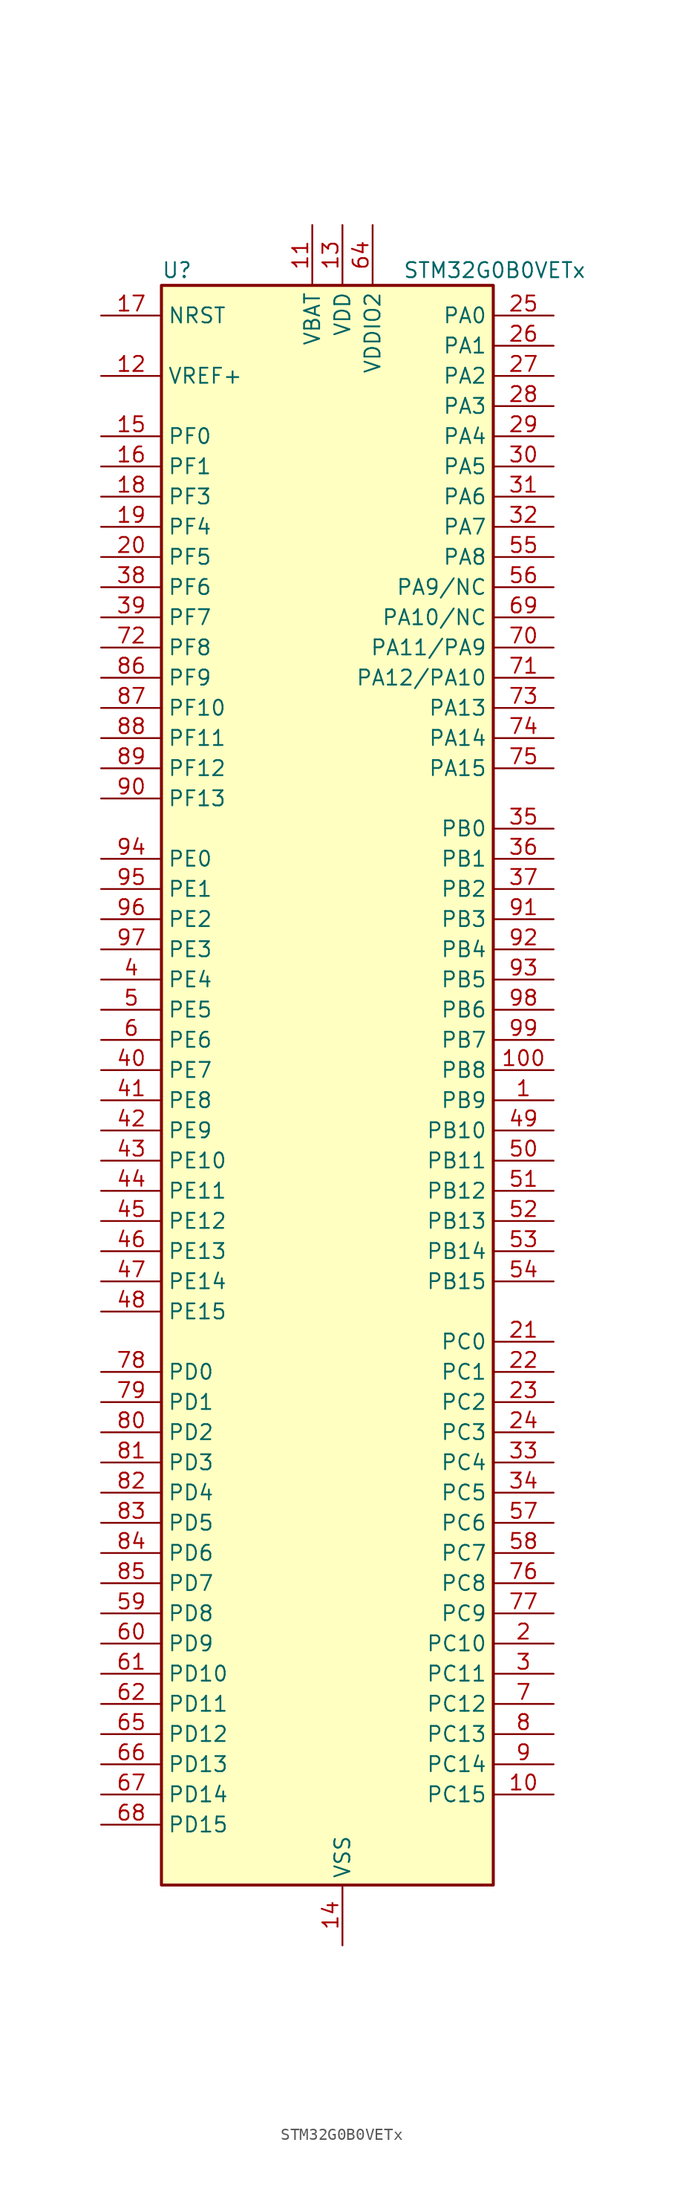
<source format=kicad_sym>
(kicad_symbol_lib
  (version 20231120)
  (generator "kicad_symbol_editor")
  (generator_version "8.0")
  (symbol "STM32G0B0VETx"
    (property "Reference" "U"
      (at -12.7 69.85 0)
      (effects (font (size 1.27 1.27)) (justify left)))
    (property "Value" "STM32G0B0VETx"
      (at 7.62 69.85 0)
      (effects (font (size 1.27 1.27)) (justify left)))
    (property "ki_locked" ""
      (at 0 0 0)
      (effects (font (size 1.27 1.27))))
    (symbol "STM32G0B0VETx_0_1"
      (rectangle (start -12.7 -66.04) (end 15.24 68.58) (stroke (width 0.254) (type default)) (fill (type background))))
    (symbol "STM32G0B0VETx_1_1"
      (pin bidirectional line (at 20.32 0 180) (length 5.08) (name "PB9" (effects (font (size 1.27 1.27)))) (number "1" (effects (font (size 1.27 1.27)))) (alternate "I2C1_SDA" bidirectional line) (alternate "I2S2_WS" bidirectional line) (alternate "IR_OUT" bidirectional line) (alternate "SPI2_NSS" bidirectional line) (alternate "TIM17_CH1" bidirectional line) (alternate "TIM4_CH4" bidirectional line) (alternate "USART3_RX" bidirectional line) (alternate "USART6_RX" bidirectional line))
      (pin bidirectional line (at 20.32 -58.42 180) (length 5.08) (name "PC15" (effects (font (size 1.27 1.27)))) (number "10" (effects (font (size 1.27 1.27)))) (alternate "RCC_OSC32_EN" bidirectional line) (alternate "RCC_OSC32_OUT" bidirectional line) (alternate "RCC_OSC_EN" bidirectional line) (alternate "TIM15_BK" bidirectional line))
      (pin bidirectional line (at 20.32 2.54 180) (length 5.08) (name "PB8" (effects (font (size 1.27 1.27)))) (number "100" (effects (font (size 1.27 1.27)))) (alternate "I2C1_SCL" bidirectional line) (alternate "I2S2_CK" bidirectional line) (alternate "SPI2_SCK" bidirectional line) (alternate "TIM15_BK" bidirectional line) (alternate "TIM16_CH1" bidirectional line) (alternate "TIM4_CH3" bidirectional line) (alternate "USART3_TX" bidirectional line) (alternate "USART6_TX" bidirectional line))
      (pin power_in line (at 0 73.66 270) (length 5.08) (name "VBAT" (effects (font (size 1.27 1.27)))) (number "11" (effects (font (size 1.27 1.27)))))
      (pin input line (at -17.78 60.96 0) (length 5.08) (name "VREF+" (effects (font (size 1.27 1.27)))) (number "12" (effects (font (size 1.27 1.27)))))
      (pin power_in line (at 2.54 73.66 270) (length 5.08) (name "VDD" (effects (font (size 1.27 1.27)))) (number "13" (effects (font (size 1.27 1.27)))))
      (pin power_in line (at 2.54 -71.12 90) (length 5.08) (name "VSS" (effects (font (size 1.27 1.27)))) (number "14" (effects (font (size 1.27 1.27)))))
      (pin bidirectional line (at -17.78 55.88 0) (length 5.08) (name "PF0" (effects (font (size 1.27 1.27)))) (number "15" (effects (font (size 1.27 1.27)))) (alternate "CRS1_SYNC" bidirectional line) (alternate "RCC_OSC_IN" bidirectional line) (alternate "TIM14_CH1" bidirectional line))
      (pin bidirectional line (at -17.78 53.34 0) (length 5.08) (name "PF1" (effects (font (size 1.27 1.27)))) (number "16" (effects (font (size 1.27 1.27)))) (alternate "RCC_OSC_EN" bidirectional line) (alternate "RCC_OSC_OUT" bidirectional line) (alternate "TIM15_CH1N" bidirectional line))
      (pin input line (at -17.78 66.04 0) (length 5.08) (name "NRST" (effects (font (size 1.27 1.27)))) (number "17" (effects (font (size 1.27 1.27)))))
      (pin bidirectional line (at -17.78 50.8 0) (length 5.08) (name "PF3" (effects (font (size 1.27 1.27)))) (number "18" (effects (font (size 1.27 1.27)))) (alternate "USART6_CK" bidirectional line) (alternate "USART6_DE" bidirectional line) (alternate "USART6_RTS" bidirectional line))
      (pin bidirectional line (at -17.78 48.26 0) (length 5.08) (name "PF4" (effects (font (size 1.27 1.27)))) (number "19" (effects (font (size 1.27 1.27)))))
      (pin bidirectional line (at 20.32 -45.72 180) (length 5.08) (name "PC10" (effects (font (size 1.27 1.27)))) (number "2" (effects (font (size 1.27 1.27)))) (alternate "SPI3_SCK" bidirectional line) (alternate "TIM1_CH3" bidirectional line) (alternate "USART3_TX" bidirectional line) (alternate "USART4_TX" bidirectional line))
      (pin bidirectional line (at -17.78 45.72 0) (length 5.08) (name "PF5" (effects (font (size 1.27 1.27)))) (number "20" (effects (font (size 1.27 1.27)))))
      (pin bidirectional line (at 20.32 -20.32 180) (length 5.08) (name "PC0" (effects (font (size 1.27 1.27)))) (number "21" (effects (font (size 1.27 1.27)))) (alternate "I2C3_SCL" bidirectional line) (alternate "USART6_TX" bidirectional line))
      (pin bidirectional line (at 20.32 -22.86 180) (length 5.08) (name "PC1" (effects (font (size 1.27 1.27)))) (number "22" (effects (font (size 1.27 1.27)))) (alternate "I2C3_SDA" bidirectional line) (alternate "TIM15_CH1" bidirectional line) (alternate "USART6_RX" bidirectional line))
      (pin bidirectional line (at 20.32 -25.4 180) (length 5.08) (name "PC2" (effects (font (size 1.27 1.27)))) (number "23" (effects (font (size 1.27 1.27)))) (alternate "I2S2_MCK" bidirectional line) (alternate "SPI2_MISO" bidirectional line) (alternate "TIM15_CH2" bidirectional line))
      (pin bidirectional line (at 20.32 -27.94 180) (length 5.08) (name "PC3" (effects (font (size 1.27 1.27)))) (number "24" (effects (font (size 1.27 1.27)))) (alternate "I2S2_SD" bidirectional line) (alternate "SPI2_MOSI" bidirectional line))
      (pin bidirectional line (at 20.32 66.04 180) (length 5.08) (name "PA0" (effects (font (size 1.27 1.27)))) (number "25" (effects (font (size 1.27 1.27)))) (alternate "ADC1_IN0" bidirectional line) (alternate "I2S2_CK" bidirectional line) (alternate "RTC_TAMP_IN2" bidirectional line) (alternate "SPI2_SCK" bidirectional line) (alternate "SYS_WKUP1" bidirectional line) (alternate "USART2_CTS" bidirectional line) (alternate "USART2_NSS" bidirectional line) (alternate "USART4_TX" bidirectional line))
      (pin bidirectional line (at 20.32 63.5 180) (length 5.08) (name "PA1" (effects (font (size 1.27 1.27)))) (number "26" (effects (font (size 1.27 1.27)))) (alternate "ADC1_IN1" bidirectional line) (alternate "I2C1_SMBA" bidirectional line) (alternate "I2S1_CK" bidirectional line) (alternate "SPI1_SCK" bidirectional line) (alternate "TIM15_CH1N" bidirectional line) (alternate "USART2_CK" bidirectional line) (alternate "USART2_DE" bidirectional line) (alternate "USART2_RTS" bidirectional line) (alternate "USART4_RX" bidirectional line))
      (pin bidirectional line (at 20.32 60.96 180) (length 5.08) (name "PA2" (effects (font (size 1.27 1.27)))) (number "27" (effects (font (size 1.27 1.27)))) (alternate "ADC1_IN2" bidirectional line) (alternate "I2S1_SD" bidirectional line) (alternate "RCC_LSCO" bidirectional line) (alternate "SPI1_MOSI" bidirectional line) (alternate "SYS_WKUP4" bidirectional line) (alternate "TIM15_CH1" bidirectional line) (alternate "USART2_TX" bidirectional line))
      (pin bidirectional line (at 20.32 58.42 180) (length 5.08) (name "PA3" (effects (font (size 1.27 1.27)))) (number "28" (effects (font (size 1.27 1.27)))) (alternate "ADC1_IN3" bidirectional line) (alternate "I2S2_MCK" bidirectional line) (alternate "SPI2_MISO" bidirectional line) (alternate "TIM15_CH2" bidirectional line) (alternate "USART2_RX" bidirectional line))
      (pin bidirectional line (at 20.32 55.88 180) (length 5.08) (name "PA4" (effects (font (size 1.27 1.27)))) (number "29" (effects (font (size 1.27 1.27)))) (alternate "ADC1_IN4" bidirectional line) (alternate "I2S1_WS" bidirectional line) (alternate "I2S2_SD" bidirectional line) (alternate "RTC_OUT2" bidirectional line) (alternate "SPI1_NSS" bidirectional line) (alternate "SPI2_MOSI" bidirectional line) (alternate "SPI3_NSS" bidirectional line) (alternate "TIM14_CH1" bidirectional line) (alternate "USART6_TX" bidirectional line) (alternate "USB_NOE" bidirectional line))
      (pin bidirectional line (at 20.32 -48.26 180) (length 5.08) (name "PC11" (effects (font (size 1.27 1.27)))) (number "3" (effects (font (size 1.27 1.27)))) (alternate "ADC1_EXTI11" bidirectional line) (alternate "SPI3_MISO" bidirectional line) (alternate "TIM1_CH4" bidirectional line) (alternate "USART3_RX" bidirectional line) (alternate "USART4_RX" bidirectional line))
      (pin bidirectional line (at 20.32 53.34 180) (length 5.08) (name "PA5" (effects (font (size 1.27 1.27)))) (number "30" (effects (font (size 1.27 1.27)))) (alternate "ADC1_IN5" bidirectional line) (alternate "I2S1_CK" bidirectional line) (alternate "SPI1_SCK" bidirectional line) (alternate "USART3_TX" bidirectional line) (alternate "USART6_RX" bidirectional line))
      (pin bidirectional line (at 20.32 50.8 180) (length 5.08) (name "PA6" (effects (font (size 1.27 1.27)))) (number "31" (effects (font (size 1.27 1.27)))) (alternate "ADC1_IN6" bidirectional line) (alternate "I2C2_SDA" bidirectional line) (alternate "I2C3_SDA" bidirectional line) (alternate "I2S1_MCK" bidirectional line) (alternate "SPI1_MISO" bidirectional line) (alternate "TIM16_CH1" bidirectional line) (alternate "TIM1_BK" bidirectional line) (alternate "TIM3_CH1" bidirectional line) (alternate "USART3_CTS" bidirectional line) (alternate "USART3_NSS" bidirectional line) (alternate "USART6_CTS" bidirectional line) (alternate "USART6_NSS" bidirectional line))
      (pin bidirectional line (at 20.32 48.26 180) (length 5.08) (name "PA7" (effects (font (size 1.27 1.27)))) (number "32" (effects (font (size 1.27 1.27)))) (alternate "ADC1_IN7" bidirectional line) (alternate "I2C2_SCL" bidirectional line) (alternate "I2C3_SCL" bidirectional line) (alternate "I2S1_SD" bidirectional line) (alternate "SPI1_MOSI" bidirectional line) (alternate "TIM14_CH1" bidirectional line) (alternate "TIM17_CH1" bidirectional line) (alternate "TIM1_CH1N" bidirectional line) (alternate "TIM3_CH2" bidirectional line) (alternate "USART6_CK" bidirectional line) (alternate "USART6_DE" bidirectional line) (alternate "USART6_RTS" bidirectional line))
      (pin bidirectional line (at 20.32 -30.48 180) (length 5.08) (name "PC4" (effects (font (size 1.27 1.27)))) (number "33" (effects (font (size 1.27 1.27)))) (alternate "ADC1_IN17" bidirectional line) (alternate "USART1_TX" bidirectional line) (alternate "USART3_TX" bidirectional line))
      (pin bidirectional line (at 20.32 -33.02 180) (length 5.08) (name "PC5" (effects (font (size 1.27 1.27)))) (number "34" (effects (font (size 1.27 1.27)))) (alternate "ADC1_IN18" bidirectional line) (alternate "SYS_WKUP5" bidirectional line) (alternate "USART1_RX" bidirectional line) (alternate "USART3_RX" bidirectional line))
      (pin bidirectional line (at 20.32 22.86 180) (length 5.08) (name "PB0" (effects (font (size 1.27 1.27)))) (number "35" (effects (font (size 1.27 1.27)))) (alternate "ADC1_IN8" bidirectional line) (alternate "I2S1_WS" bidirectional line) (alternate "SPI1_NSS" bidirectional line) (alternate "TIM1_CH2N" bidirectional line) (alternate "TIM3_CH3" bidirectional line) (alternate "USART3_RX" bidirectional line) (alternate "USART5_TX" bidirectional line))
      (pin bidirectional line (at 20.32 20.32 180) (length 5.08) (name "PB1" (effects (font (size 1.27 1.27)))) (number "36" (effects (font (size 1.27 1.27)))) (alternate "ADC1_IN9" bidirectional line) (alternate "TIM14_CH1" bidirectional line) (alternate "TIM1_CH3N" bidirectional line) (alternate "TIM3_CH4" bidirectional line) (alternate "USART3_CK" bidirectional line) (alternate "USART3_DE" bidirectional line) (alternate "USART3_RTS" bidirectional line) (alternate "USART5_RX" bidirectional line))
      (pin bidirectional line (at 20.32 17.78 180) (length 5.08) (name "PB2" (effects (font (size 1.27 1.27)))) (number "37" (effects (font (size 1.27 1.27)))) (alternate "ADC1_IN10" bidirectional line) (alternate "I2S2_MCK" bidirectional line) (alternate "RCC_MCO_2" bidirectional line) (alternate "SPI2_MISO" bidirectional line) (alternate "USART3_TX" bidirectional line))
      (pin bidirectional line (at -17.78 43.18 0) (length 5.08) (name "PF6" (effects (font (size 1.27 1.27)))) (number "38" (effects (font (size 1.27 1.27)))))
      (pin bidirectional line (at -17.78 40.64 0) (length 5.08) (name "PF7" (effects (font (size 1.27 1.27)))) (number "39" (effects (font (size 1.27 1.27)))) (alternate "USART5_CTS" bidirectional line) (alternate "USART5_NSS" bidirectional line))
      (pin bidirectional line (at -17.78 10.16 0) (length 5.08) (name "PE4" (effects (font (size 1.27 1.27)))) (number "4" (effects (font (size 1.27 1.27)))) (alternate "TIM3_CH2" bidirectional line))
      (pin bidirectional line (at -17.78 2.54 0) (length 5.08) (name "PE7" (effects (font (size 1.27 1.27)))) (number "40" (effects (font (size 1.27 1.27)))) (alternate "TIM1_ETR" bidirectional line) (alternate "USART5_CK" bidirectional line) (alternate "USART5_DE" bidirectional line) (alternate "USART5_RTS" bidirectional line))
      (pin bidirectional line (at -17.78 0 0) (length 5.08) (name "PE8" (effects (font (size 1.27 1.27)))) (number "41" (effects (font (size 1.27 1.27)))) (alternate "TIM1_CH1N" bidirectional line) (alternate "USART4_TX" bidirectional line))
      (pin bidirectional line (at -17.78 -2.54 0) (length 5.08) (name "PE9" (effects (font (size 1.27 1.27)))) (number "42" (effects (font (size 1.27 1.27)))) (alternate "TIM1_CH1" bidirectional line) (alternate "USART4_RX" bidirectional line))
      (pin bidirectional line (at -17.78 -5.08 0) (length 5.08) (name "PE10" (effects (font (size 1.27 1.27)))) (number "43" (effects (font (size 1.27 1.27)))) (alternate "TIM1_CH2N" bidirectional line) (alternate "USART5_TX" bidirectional line))
      (pin bidirectional line (at -17.78 -7.62 0) (length 5.08) (name "PE11" (effects (font (size 1.27 1.27)))) (number "44" (effects (font (size 1.27 1.27)))) (alternate "ADC1_EXTI11" bidirectional line) (alternate "TIM1_CH2" bidirectional line) (alternate "USART5_RX" bidirectional line))
      (pin bidirectional line (at -17.78 -10.16 0) (length 5.08) (name "PE12" (effects (font (size 1.27 1.27)))) (number "45" (effects (font (size 1.27 1.27)))) (alternate "I2S1_WS" bidirectional line) (alternate "SPI1_NSS" bidirectional line) (alternate "TIM1_CH3N" bidirectional line))
      (pin bidirectional line (at -17.78 -12.7 0) (length 5.08) (name "PE13" (effects (font (size 1.27 1.27)))) (number "46" (effects (font (size 1.27 1.27)))) (alternate "I2S1_CK" bidirectional line) (alternate "SPI1_SCK" bidirectional line) (alternate "TIM1_CH3" bidirectional line))
      (pin bidirectional line (at -17.78 -15.24 0) (length 5.08) (name "PE14" (effects (font (size 1.27 1.27)))) (number "47" (effects (font (size 1.27 1.27)))) (alternate "I2S1_MCK" bidirectional line) (alternate "SPI1_MISO" bidirectional line) (alternate "TIM1_BK2" bidirectional line) (alternate "TIM1_CH4" bidirectional line))
      (pin bidirectional line (at -17.78 -17.78 0) (length 5.08) (name "PE15" (effects (font (size 1.27 1.27)))) (number "48" (effects (font (size 1.27 1.27)))) (alternate "I2S1_SD" bidirectional line) (alternate "SPI1_MOSI" bidirectional line) (alternate "TIM1_BK" bidirectional line))
      (pin bidirectional line (at 20.32 -2.54 180) (length 5.08) (name "PB10" (effects (font (size 1.27 1.27)))) (number "49" (effects (font (size 1.27 1.27)))) (alternate "ADC1_IN11" bidirectional line) (alternate "I2C2_SCL" bidirectional line) (alternate "I2S2_CK" bidirectional line) (alternate "SPI2_SCK" bidirectional line) (alternate "USART3_TX" bidirectional line))
      (pin bidirectional line (at -17.78 7.62 0) (length 5.08) (name "PE5" (effects (font (size 1.27 1.27)))) (number "5" (effects (font (size 1.27 1.27)))) (alternate "TIM3_CH3" bidirectional line))
      (pin bidirectional line (at 20.32 -5.08 180) (length 5.08) (name "PB11" (effects (font (size 1.27 1.27)))) (number "50" (effects (font (size 1.27 1.27)))) (alternate "ADC1_EXTI11" bidirectional line) (alternate "ADC1_IN15" bidirectional line) (alternate "I2C2_SDA" bidirectional line) (alternate "I2S2_SD" bidirectional line) (alternate "SPI2_MOSI" bidirectional line) (alternate "USART3_RX" bidirectional line))
      (pin bidirectional line (at 20.32 -7.62 180) (length 5.08) (name "PB12" (effects (font (size 1.27 1.27)))) (number "51" (effects (font (size 1.27 1.27)))) (alternate "ADC1_IN16" bidirectional line) (alternate "I2C2_SMBA" bidirectional line) (alternate "I2S2_WS" bidirectional line) (alternate "SPI2_NSS" bidirectional line) (alternate "TIM15_BK" bidirectional line) (alternate "TIM1_BK" bidirectional line))
      (pin bidirectional line (at 20.32 -10.16 180) (length 5.08) (name "PB13" (effects (font (size 1.27 1.27)))) (number "52" (effects (font (size 1.27 1.27)))) (alternate "I2C2_SCL" bidirectional line) (alternate "I2S2_CK" bidirectional line) (alternate "SPI2_SCK" bidirectional line) (alternate "TIM15_CH1N" bidirectional line) (alternate "TIM1_CH1N" bidirectional line) (alternate "USART3_CTS" bidirectional line) (alternate "USART3_NSS" bidirectional line))
      (pin bidirectional line (at 20.32 -12.7 180) (length 5.08) (name "PB14" (effects (font (size 1.27 1.27)))) (number "53" (effects (font (size 1.27 1.27)))) (alternate "I2C2_SDA" bidirectional line) (alternate "I2S2_MCK" bidirectional line) (alternate "SPI2_MISO" bidirectional line) (alternate "TIM15_CH1" bidirectional line) (alternate "TIM1_CH2N" bidirectional line) (alternate "USART3_CK" bidirectional line) (alternate "USART3_DE" bidirectional line) (alternate "USART3_RTS" bidirectional line) (alternate "USART6_CK" bidirectional line) (alternate "USART6_DE" bidirectional line) (alternate "USART6_RTS" bidirectional line))
      (pin bidirectional line (at 20.32 -15.24 180) (length 5.08) (name "PB15" (effects (font (size 1.27 1.27)))) (number "54" (effects (font (size 1.27 1.27)))) (alternate "I2S2_SD" bidirectional line) (alternate "RTC_REFIN" bidirectional line) (alternate "SPI2_MOSI" bidirectional line) (alternate "TIM15_CH1N" bidirectional line) (alternate "TIM15_CH2" bidirectional line) (alternate "TIM1_CH3N" bidirectional line) (alternate "USART6_CTS" bidirectional line) (alternate "USART6_NSS" bidirectional line))
      (pin bidirectional line (at 20.32 45.72 180) (length 5.08) (name "PA8" (effects (font (size 1.27 1.27)))) (number "55" (effects (font (size 1.27 1.27)))) (alternate "CRS1_SYNC" bidirectional line) (alternate "I2C2_SMBA" bidirectional line) (alternate "I2S2_WS" bidirectional line) (alternate "RCC_MCO" bidirectional line) (alternate "SPI2_NSS" bidirectional line) (alternate "TIM1_CH1" bidirectional line))
      (pin bidirectional line (at 20.32 43.18 180) (length 5.08) (name "PA9/NC" (effects (font (size 1.27 1.27)))) (number "56" (effects (font (size 1.27 1.27)))) (alternate "I2C1_SCL" bidirectional line) (alternate "I2C2_SCL" bidirectional line) (alternate "I2S2_MCK" bidirectional line) (alternate "RCC_MCO" bidirectional line) (alternate "SPI2_MISO" bidirectional line) (alternate "TIM15_BK" bidirectional line) (alternate "TIM1_CH2" bidirectional line) (alternate "USART1_TX" bidirectional line))
      (pin bidirectional line (at 20.32 -35.56 180) (length 5.08) (name "PC6" (effects (font (size 1.27 1.27)))) (number "57" (effects (font (size 1.27 1.27)))) (alternate "TIM3_CH1" bidirectional line))
      (pin bidirectional line (at 20.32 -38.1 180) (length 5.08) (name "PC7" (effects (font (size 1.27 1.27)))) (number "58" (effects (font (size 1.27 1.27)))) (alternate "TIM3_CH2" bidirectional line))
      (pin bidirectional line (at -17.78 -43.18 0) (length 5.08) (name "PD8" (effects (font (size 1.27 1.27)))) (number "59" (effects (font (size 1.27 1.27)))) (alternate "I2S1_CK" bidirectional line) (alternate "SPI1_SCK" bidirectional line) (alternate "USART3_TX" bidirectional line))
      (pin bidirectional line (at -17.78 5.08 0) (length 5.08) (name "PE6" (effects (font (size 1.27 1.27)))) (number "6" (effects (font (size 1.27 1.27)))) (alternate "RTC_TAMP_IN3" bidirectional line) (alternate "SYS_WKUP3" bidirectional line) (alternate "TIM3_CH4" bidirectional line))
      (pin bidirectional line (at -17.78 -45.72 0) (length 5.08) (name "PD9" (effects (font (size 1.27 1.27)))) (number "60" (effects (font (size 1.27 1.27)))) (alternate "I2S1_WS" bidirectional line) (alternate "SPI1_NSS" bidirectional line) (alternate "TIM1_BK2" bidirectional line) (alternate "USART3_RX" bidirectional line))
      (pin bidirectional line (at -17.78 -48.26 0) (length 5.08) (name "PD10" (effects (font (size 1.27 1.27)))) (number "61" (effects (font (size 1.27 1.27)))) (alternate "RCC_MCO" bidirectional line))
      (pin bidirectional line (at -17.78 -50.8 0) (length 5.08) (name "PD11" (effects (font (size 1.27 1.27)))) (number "62" (effects (font (size 1.27 1.27)))) (alternate "ADC1_EXTI11" bidirectional line) (alternate "USART3_CTS" bidirectional line) (alternate "USART3_NSS" bidirectional line))
      (pin passive line (at 2.54 -71.12 90) (length 5.08) hide (name "VSS" (effects (font (size 1.27 1.27)))) (number "63" (effects (font (size 1.27 1.27)))))
      (pin power_in line (at 5.08 73.66 270) (length 5.08) (name "VDDIO2" (effects (font (size 1.27 1.27)))) (number "64" (effects (font (size 1.27 1.27)))))
      (pin bidirectional line (at -17.78 -53.34 0) (length 5.08) (name "PD12" (effects (font (size 1.27 1.27)))) (number "65" (effects (font (size 1.27 1.27)))) (alternate "TIM4_CH1" bidirectional line) (alternate "USART3_CK" bidirectional line) (alternate "USART3_DE" bidirectional line) (alternate "USART3_RTS" bidirectional line))
      (pin bidirectional line (at -17.78 -55.88 0) (length 5.08) (name "PD13" (effects (font (size 1.27 1.27)))) (number "66" (effects (font (size 1.27 1.27)))) (alternate "TIM4_CH2" bidirectional line))
      (pin bidirectional line (at -17.78 -58.42 0) (length 5.08) (name "PD14" (effects (font (size 1.27 1.27)))) (number "67" (effects (font (size 1.27 1.27)))) (alternate "TIM4_CH3" bidirectional line))
      (pin bidirectional line (at -17.78 -60.96 0) (length 5.08) (name "PD15" (effects (font (size 1.27 1.27)))) (number "68" (effects (font (size 1.27 1.27)))) (alternate "CRS1_SYNC" bidirectional line) (alternate "TIM4_CH4" bidirectional line))
      (pin bidirectional line (at 20.32 40.64 180) (length 5.08) (name "PA10/NC" (effects (font (size 1.27 1.27)))) (number "69" (effects (font (size 1.27 1.27)))) (alternate "I2C1_SDA" bidirectional line) (alternate "I2C2_SDA" bidirectional line) (alternate "I2S2_SD" bidirectional line) (alternate "RCC_MCO_2" bidirectional line) (alternate "SPI2_MOSI" bidirectional line) (alternate "TIM17_BK" bidirectional line) (alternate "TIM1_CH3" bidirectional line) (alternate "USART1_RX" bidirectional line))
      (pin bidirectional line (at 20.32 -50.8 180) (length 5.08) (name "PC12" (effects (font (size 1.27 1.27)))) (number "7" (effects (font (size 1.27 1.27)))) (alternate "SPI3_MOSI" bidirectional line) (alternate "TIM14_CH1" bidirectional line) (alternate "USART5_TX" bidirectional line))
      (pin bidirectional line (at 20.32 38.1 180) (length 5.08) (name "PA11/PA9" (effects (font (size 1.27 1.27)))) (number "70" (effects (font (size 1.27 1.27)))) (alternate "ADC1_EXTI11" bidirectional line) (alternate "I2C2_SCL" bidirectional line) (alternate "I2S1_MCK" bidirectional line) (alternate "SPI1_MISO" bidirectional line) (alternate "TIM1_BK2" bidirectional line) (alternate "TIM1_CH4" bidirectional line) (alternate "USART1_CTS" bidirectional line) (alternate "USART1_NSS" bidirectional line) (alternate "USB_DM" bidirectional line))
      (pin bidirectional line (at 20.32 35.56 180) (length 5.08) (name "PA12/PA10" (effects (font (size 1.27 1.27)))) (number "71" (effects (font (size 1.27 1.27)))) (alternate "I2C2_SDA" bidirectional line) (alternate "I2S1_SD" bidirectional line) (alternate "I2S_CKIN" bidirectional line) (alternate "SPI1_MOSI" bidirectional line) (alternate "TIM1_ETR" bidirectional line) (alternate "USART1_CK" bidirectional line) (alternate "USART1_DE" bidirectional line) (alternate "USART1_RTS" bidirectional line) (alternate "USB_DP" bidirectional line))
      (pin bidirectional line (at -17.78 38.1 0) (length 5.08) (name "PF8" (effects (font (size 1.27 1.27)))) (number "72" (effects (font (size 1.27 1.27)))))
      (pin bidirectional line (at 20.32 33.02 180) (length 5.08) (name "PA13" (effects (font (size 1.27 1.27)))) (number "73" (effects (font (size 1.27 1.27)))) (alternate "IR_OUT" bidirectional line) (alternate "SYS_SWDIO" bidirectional line) (alternate "USB_NOE" bidirectional line))
      (pin bidirectional line (at 20.32 30.48 180) (length 5.08) (name "PA14" (effects (font (size 1.27 1.27)))) (number "74" (effects (font (size 1.27 1.27)))) (alternate "SYS_SWCLK" bidirectional line) (alternate "USART2_TX" bidirectional line))
      (pin bidirectional line (at 20.32 27.94 180) (length 5.08) (name "PA15" (effects (font (size 1.27 1.27)))) (number "75" (effects (font (size 1.27 1.27)))) (alternate "I2C2_SMBA" bidirectional line) (alternate "I2S1_WS" bidirectional line) (alternate "RCC_MCO_2" bidirectional line) (alternate "SPI1_NSS" bidirectional line) (alternate "SPI3_NSS" bidirectional line) (alternate "USART2_RX" bidirectional line) (alternate "USART3_CK" bidirectional line) (alternate "USART3_DE" bidirectional line) (alternate "USART3_RTS" bidirectional line) (alternate "USART4_CK" bidirectional line) (alternate "USART4_DE" bidirectional line) (alternate "USART4_RTS" bidirectional line) (alternate "USB_NOE" bidirectional line))
      (pin bidirectional line (at 20.32 -40.64 180) (length 5.08) (name "PC8" (effects (font (size 1.27 1.27)))) (number "76" (effects (font (size 1.27 1.27)))) (alternate "TIM1_CH1" bidirectional line) (alternate "TIM3_CH3" bidirectional line))
      (pin bidirectional line (at 20.32 -43.18 180) (length 5.08) (name "PC9" (effects (font (size 1.27 1.27)))) (number "77" (effects (font (size 1.27 1.27)))) (alternate "I2S_CKIN" bidirectional line) (alternate "TIM1_CH2" bidirectional line) (alternate "TIM3_CH4" bidirectional line) (alternate "USB_NOE" bidirectional line))
      (pin bidirectional line (at -17.78 -22.86 0) (length 5.08) (name "PD0" (effects (font (size 1.27 1.27)))) (number "78" (effects (font (size 1.27 1.27)))) (alternate "I2S2_WS" bidirectional line) (alternate "SPI2_NSS" bidirectional line) (alternate "TIM16_CH1" bidirectional line))
      (pin bidirectional line (at -17.78 -25.4 0) (length 5.08) (name "PD1" (effects (font (size 1.27 1.27)))) (number "79" (effects (font (size 1.27 1.27)))) (alternate "I2S2_CK" bidirectional line) (alternate "SPI2_SCK" bidirectional line) (alternate "TIM17_CH1" bidirectional line))
      (pin bidirectional line (at 20.32 -53.34 180) (length 5.08) (name "PC13" (effects (font (size 1.27 1.27)))) (number "8" (effects (font (size 1.27 1.27)))) (alternate "RTC_OUT1" bidirectional line) (alternate "RTC_TAMP_IN1" bidirectional line) (alternate "RTC_TS" bidirectional line) (alternate "SYS_WKUP2" bidirectional line) (alternate "TIM1_BK" bidirectional line))
      (pin bidirectional line (at -17.78 -27.94 0) (length 5.08) (name "PD2" (effects (font (size 1.27 1.27)))) (number "80" (effects (font (size 1.27 1.27)))) (alternate "TIM1_CH1N" bidirectional line) (alternate "TIM3_ETR" bidirectional line) (alternate "USART3_CK" bidirectional line) (alternate "USART3_DE" bidirectional line) (alternate "USART3_RTS" bidirectional line) (alternate "USART5_RX" bidirectional line))
      (pin bidirectional line (at -17.78 -30.48 0) (length 5.08) (name "PD3" (effects (font (size 1.27 1.27)))) (number "81" (effects (font (size 1.27 1.27)))) (alternate "I2S2_MCK" bidirectional line) (alternate "SPI2_MISO" bidirectional line) (alternate "TIM1_CH2N" bidirectional line) (alternate "USART2_CTS" bidirectional line) (alternate "USART2_NSS" bidirectional line) (alternate "USART5_TX" bidirectional line))
      (pin bidirectional line (at -17.78 -33.02 0) (length 5.08) (name "PD4" (effects (font (size 1.27 1.27)))) (number "82" (effects (font (size 1.27 1.27)))) (alternate "I2S2_SD" bidirectional line) (alternate "SPI2_MOSI" bidirectional line) (alternate "TIM1_CH3N" bidirectional line) (alternate "USART2_CK" bidirectional line) (alternate "USART2_DE" bidirectional line) (alternate "USART2_RTS" bidirectional line) (alternate "USART5_CK" bidirectional line) (alternate "USART5_DE" bidirectional line) (alternate "USART5_RTS" bidirectional line))
      (pin bidirectional line (at -17.78 -35.56 0) (length 5.08) (name "PD5" (effects (font (size 1.27 1.27)))) (number "83" (effects (font (size 1.27 1.27)))) (alternate "I2S1_MCK" bidirectional line) (alternate "SPI1_MISO" bidirectional line) (alternate "TIM1_BK" bidirectional line) (alternate "USART2_TX" bidirectional line) (alternate "USART5_CTS" bidirectional line) (alternate "USART5_NSS" bidirectional line))
      (pin bidirectional line (at -17.78 -38.1 0) (length 5.08) (name "PD6" (effects (font (size 1.27 1.27)))) (number "84" (effects (font (size 1.27 1.27)))) (alternate "I2S1_SD" bidirectional line) (alternate "SPI1_MOSI" bidirectional line) (alternate "USART2_RX" bidirectional line))
      (pin bidirectional line (at -17.78 -40.64 0) (length 5.08) (name "PD7" (effects (font (size 1.27 1.27)))) (number "85" (effects (font (size 1.27 1.27)))) (alternate "RCC_MCO_2" bidirectional line))
      (pin bidirectional line (at -17.78 35.56 0) (length 5.08) (name "PF9" (effects (font (size 1.27 1.27)))) (number "86" (effects (font (size 1.27 1.27)))) (alternate "USART6_TX" bidirectional line))
      (pin bidirectional line (at -17.78 33.02 0) (length 5.08) (name "PF10" (effects (font (size 1.27 1.27)))) (number "87" (effects (font (size 1.27 1.27)))) (alternate "USART6_RX" bidirectional line))
      (pin bidirectional line (at -17.78 30.48 0) (length 5.08) (name "PF11" (effects (font (size 1.27 1.27)))) (number "88" (effects (font (size 1.27 1.27)))) (alternate "ADC1_EXTI11" bidirectional line) (alternate "USART6_CK" bidirectional line) (alternate "USART6_DE" bidirectional line) (alternate "USART6_RTS" bidirectional line))
      (pin bidirectional line (at -17.78 27.94 0) (length 5.08) (name "PF12" (effects (font (size 1.27 1.27)))) (number "89" (effects (font (size 1.27 1.27)))) (alternate "TIM15_CH1" bidirectional line) (alternate "USART6_CTS" bidirectional line) (alternate "USART6_NSS" bidirectional line))
      (pin bidirectional line (at 20.32 -55.88 180) (length 5.08) (name "PC14" (effects (font (size 1.27 1.27)))) (number "9" (effects (font (size 1.27 1.27)))) (alternate "RCC_OSC32_IN" bidirectional line) (alternate "TIM1_BK2" bidirectional line))
      (pin bidirectional line (at -17.78 25.4 0) (length 5.08) (name "PF13" (effects (font (size 1.27 1.27)))) (number "90" (effects (font (size 1.27 1.27)))) (alternate "TIM15_CH2" bidirectional line))
      (pin bidirectional line (at 20.32 15.24 180) (length 5.08) (name "PB3" (effects (font (size 1.27 1.27)))) (number "91" (effects (font (size 1.27 1.27)))) (alternate "I2C2_SCL" bidirectional line) (alternate "I2C3_SCL" bidirectional line) (alternate "I2S1_CK" bidirectional line) (alternate "SPI1_SCK" bidirectional line) (alternate "SPI3_SCK" bidirectional line) (alternate "TIM1_CH2" bidirectional line) (alternate "USART1_CK" bidirectional line) (alternate "USART1_DE" bidirectional line) (alternate "USART1_RTS" bidirectional line) (alternate "USART5_TX" bidirectional line))
      (pin bidirectional line (at 20.32 12.7 180) (length 5.08) (name "PB4" (effects (font (size 1.27 1.27)))) (number "92" (effects (font (size 1.27 1.27)))) (alternate "I2C2_SDA" bidirectional line) (alternate "I2C3_SDA" bidirectional line) (alternate "I2S1_MCK" bidirectional line) (alternate "SPI1_MISO" bidirectional line) (alternate "SPI3_MISO" bidirectional line) (alternate "TIM17_BK" bidirectional line) (alternate "TIM3_CH1" bidirectional line) (alternate "USART1_CTS" bidirectional line) (alternate "USART1_NSS" bidirectional line) (alternate "USART5_RX" bidirectional line))
      (pin bidirectional line (at 20.32 10.16 180) (length 5.08) (name "PB5" (effects (font (size 1.27 1.27)))) (number "93" (effects (font (size 1.27 1.27)))) (alternate "I2C1_SMBA" bidirectional line) (alternate "I2S1_SD" bidirectional line) (alternate "SPI1_MOSI" bidirectional line) (alternate "SPI3_MOSI" bidirectional line) (alternate "SYS_WKUP6" bidirectional line) (alternate "TIM16_BK" bidirectional line) (alternate "TIM3_CH2" bidirectional line) (alternate "USART5_CK" bidirectional line) (alternate "USART5_DE" bidirectional line) (alternate "USART5_RTS" bidirectional line))
      (pin bidirectional line (at -17.78 20.32 0) (length 5.08) (name "PE0" (effects (font (size 1.27 1.27)))) (number "94" (effects (font (size 1.27 1.27)))) (alternate "TIM16_CH1" bidirectional line) (alternate "TIM4_ETR" bidirectional line))
      (pin bidirectional line (at -17.78 17.78 0) (length 5.08) (name "PE1" (effects (font (size 1.27 1.27)))) (number "95" (effects (font (size 1.27 1.27)))) (alternate "TIM17_CH1" bidirectional line))
      (pin bidirectional line (at -17.78 15.24 0) (length 5.08) (name "PE2" (effects (font (size 1.27 1.27)))) (number "96" (effects (font (size 1.27 1.27)))) (alternate "TIM3_ETR" bidirectional line))
      (pin bidirectional line (at -17.78 12.7 0) (length 5.08) (name "PE3" (effects (font (size 1.27 1.27)))) (number "97" (effects (font (size 1.27 1.27)))) (alternate "TIM3_CH1" bidirectional line))
      (pin bidirectional line (at 20.32 7.62 180) (length 5.08) (name "PB6" (effects (font (size 1.27 1.27)))) (number "98" (effects (font (size 1.27 1.27)))) (alternate "I2C1_SCL" bidirectional line) (alternate "I2S2_MCK" bidirectional line) (alternate "SPI2_MISO" bidirectional line) (alternate "TIM16_CH1N" bidirectional line) (alternate "TIM1_CH3" bidirectional line) (alternate "TIM4_CH1" bidirectional line) (alternate "USART1_TX" bidirectional line) (alternate "USART5_CTS" bidirectional line) (alternate "USART5_NSS" bidirectional line))
      (pin bidirectional line (at 20.32 5.08 180) (length 5.08) (name "PB7" (effects (font (size 1.27 1.27)))) (number "99" (effects (font (size 1.27 1.27)))) (alternate "I2C1_SDA" bidirectional line) (alternate "I2S2_SD" bidirectional line) (alternate "SPI2_MOSI" bidirectional line) (alternate "TIM17_CH1N" bidirectional line) (alternate "TIM4_CH2" bidirectional line) (alternate "USART1_RX" bidirectional line) (alternate "USART4_CTS" bidirectional line) (alternate "USART4_NSS" bidirectional line)))))
</source>
